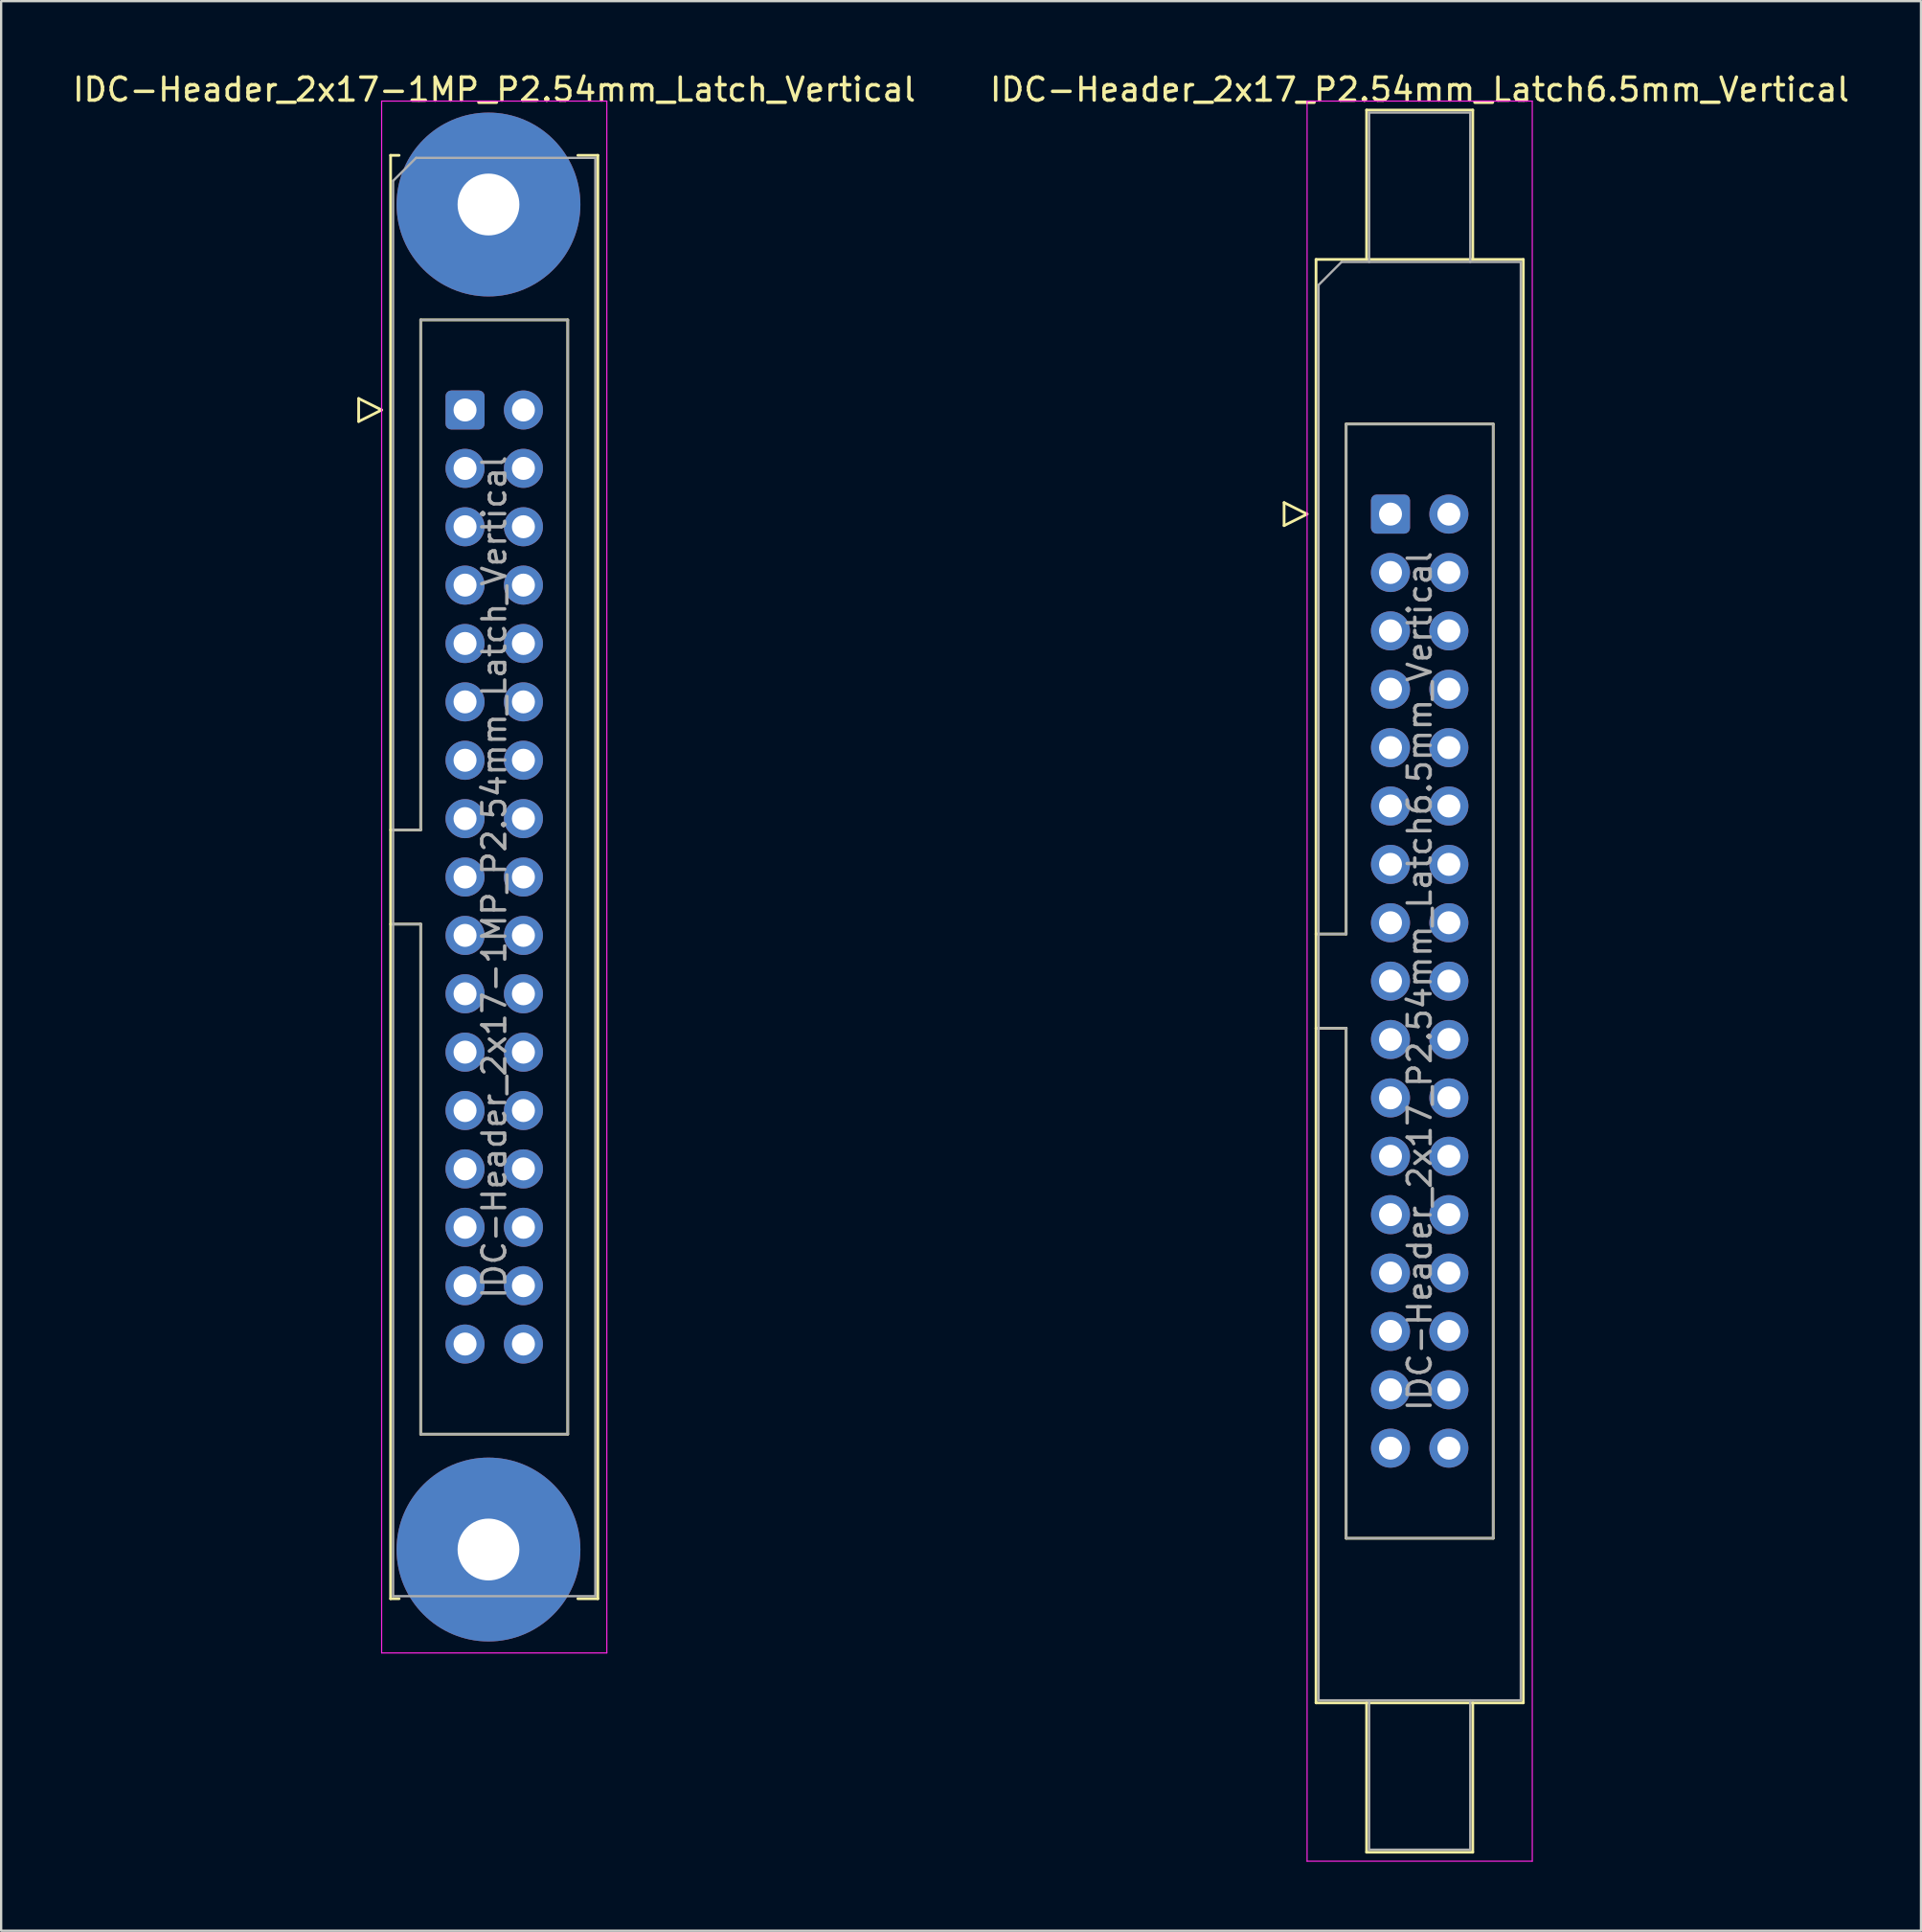
<source format=kicad_pcb>
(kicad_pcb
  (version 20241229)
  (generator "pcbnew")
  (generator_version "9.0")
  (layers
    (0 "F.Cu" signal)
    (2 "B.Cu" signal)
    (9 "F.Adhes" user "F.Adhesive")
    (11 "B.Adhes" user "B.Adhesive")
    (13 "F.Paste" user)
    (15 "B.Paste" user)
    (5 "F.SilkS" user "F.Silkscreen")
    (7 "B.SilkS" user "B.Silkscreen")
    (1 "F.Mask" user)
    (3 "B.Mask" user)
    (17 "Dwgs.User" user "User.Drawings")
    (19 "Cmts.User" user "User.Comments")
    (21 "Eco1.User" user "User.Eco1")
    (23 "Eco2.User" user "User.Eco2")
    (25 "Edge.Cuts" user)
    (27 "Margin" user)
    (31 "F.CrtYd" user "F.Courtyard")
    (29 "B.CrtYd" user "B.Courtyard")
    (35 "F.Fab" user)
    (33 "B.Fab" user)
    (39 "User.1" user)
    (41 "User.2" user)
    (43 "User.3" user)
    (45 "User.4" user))
  (footprint "IDC-Header_2x17-1MP_P2.54mm_Latch_Vertical"
    (layer "F.Cu")
    (at 17.188 14.788)
    (property "Reference" "IDC-Header_2x17-1MP_P2.54mm_Latch_Vertical" (at 1.27 -13.94 0) (layer "F.SilkS") (effects (font (size 1 1) (thickness 0.15))))
    (attr through_hole)
    (fp_line (start -4.63 -0.5) (end -4.63 0.5) (stroke (width 0.12) (type solid)) (layer "F.SilkS"))
    (fp_line (start -4.63 0.5) (end -3.63 0) (stroke (width 0.12) (type solid)) (layer "F.SilkS"))
    (fp_line (start -3.63 0) (end -4.63 -0.5) (stroke (width 0.12) (type solid)) (layer "F.SilkS"))
    (fp_line (start -3.24 -11.08) (end -3.24 51.72) (stroke (width 0.12) (type solid)) (layer "F.SilkS"))
    (fp_line (start -3.24 18.27) (end -1.93 18.27) (stroke (width 0.12) (type solid)) (layer "F.SilkS"))
    (fp_line (start -3.24 51.72) (end -2.87 51.72) (stroke (width 0.12) (type solid)) (layer "F.SilkS"))
    (fp_line (start -2.87 -11.08) (end -3.24 -11.08) (stroke (width 0.12) (type solid)) (layer "F.SilkS"))
    (fp_line (start -1.93 -3.92) (end 4.47 -3.92) (stroke (width 0.12) (type solid)) (layer "F.SilkS"))
    (fp_line (start -1.93 18.27) (end -1.93 -3.92) (stroke (width 0.12) (type solid)) (layer "F.SilkS"))
    (fp_line (start -1.93 22.37) (end -3.24 22.37) (stroke (width 0.12) (type solid)) (layer "F.SilkS"))
    (fp_line (start -1.93 22.37) (end -1.93 22.37) (stroke (width 0.12) (type solid)) (layer "F.SilkS"))
    (fp_line (start -1.93 44.56) (end -1.93 22.37) (stroke (width 0.12) (type solid)) (layer "F.SilkS"))
    (fp_line (start 4.47 -3.92) (end 4.47 44.56) (stroke (width 0.12) (type solid)) (layer "F.SilkS"))
    (fp_line (start 4.47 44.56) (end -1.93 44.56) (stroke (width 0.12) (type solid)) (layer "F.SilkS"))
    (fp_line (start 4.91 -11.08) (end 5.78 -11.08) (stroke (width 0.12) (type solid)) (layer "F.SilkS"))
    (fp_line (start 5.78 -11.08) (end 5.78 51.72) (stroke (width 0.12) (type solid)) (layer "F.SilkS"))
    (fp_line (start 5.78 51.72) (end 4.91 51.72) (stroke (width 0.12) (type solid)) (layer "F.SilkS"))
    (fp_line (start -3.63 -13.44) (end -3.63 54.08) (stroke (width 0.05) (type solid)) (layer "F.CrtYd"))
    (fp_line (start -3.63 54.08) (end 6.17 54.08) (stroke (width 0.05) (type solid)) (layer "F.CrtYd"))
    (fp_line (start 6.17 -13.44) (end -3.63 -13.44) (stroke (width 0.05) (type solid)) (layer "F.CrtYd"))
    (fp_line (start 6.17 54.08) (end 6.17 -13.44) (stroke (width 0.05) (type solid)) (layer "F.CrtYd"))
    (fp_line (start -3.13 -9.97) (end -2.13 -10.97) (stroke (width 0.1) (type solid)) (layer "F.Fab"))
    (fp_line (start -3.13 18.27) (end -1.93 18.27) (stroke (width 0.1) (type solid)) (layer "F.Fab"))
    (fp_line (start -3.13 51.61) (end -3.13 -9.97) (stroke (width 0.1) (type solid)) (layer "F.Fab"))
    (fp_line (start -2.13 -10.97) (end 5.67 -10.97) (stroke (width 0.1) (type solid)) (layer "F.Fab"))
    (fp_line (start -1.93 -3.92) (end 4.47 -3.92) (stroke (width 0.1) (type solid)) (layer "F.Fab"))
    (fp_line (start -1.93 18.27) (end -1.93 -3.92) (stroke (width 0.1) (type solid)) (layer "F.Fab"))
    (fp_line (start -1.93 22.37) (end -3.13 22.37) (stroke (width 0.1) (type solid)) (layer "F.Fab"))
    (fp_line (start -1.93 22.37) (end -1.93 22.37) (stroke (width 0.1) (type solid)) (layer "F.Fab"))
    (fp_line (start -1.93 44.56) (end -1.93 22.37) (stroke (width 0.1) (type solid)) (layer "F.Fab"))
    (fp_line (start 4.47 -3.92) (end 4.47 44.56) (stroke (width 0.1) (type solid)) (layer "F.Fab"))
    (fp_line (start 4.47 44.56) (end -1.93 44.56) (stroke (width 0.1) (type solid)) (layer "F.Fab"))
    (fp_line (start 5.67 -10.97) (end 5.67 51.61) (stroke (width 0.1) (type solid)) (layer "F.Fab"))
    (fp_line (start 5.67 51.61) (end -3.13 51.61) (stroke (width 0.1) (type solid)) (layer "F.Fab"))
    (fp_text user "${REFERENCE}" (at 1.27 20.32 90) (layer "F.Fab") (effects (font (size 1 1) (thickness 0.15))))
    (pad "1" thru_hole roundrect (at 0 0) (size 1.7 1.7) (drill 1) (layers "*.Cu" "*.Mask") (roundrect_rratio 0.147))
    (pad "2" thru_hole circle (at 2.54 0) (size 1.7 1.7) (drill 1) (layers "*.Cu" "*.Mask"))
    (pad "3" thru_hole circle (at 0 2.54) (size 1.7 1.7) (drill 1) (layers "*.Cu" "*.Mask"))
    (pad "4" thru_hole circle (at 2.54 2.54) (size 1.7 1.7) (drill 1) (layers "*.Cu" "*.Mask"))
    (pad "5" thru_hole circle (at 0 5.08) (size 1.7 1.7) (drill 1) (layers "*.Cu" "*.Mask"))
    (pad "6" thru_hole circle (at 2.54 5.08) (size 1.7 1.7) (drill 1) (layers "*.Cu" "*.Mask"))
    (pad "7" thru_hole circle (at 0 7.62) (size 1.7 1.7) (drill 1) (layers "*.Cu" "*.Mask"))
    (pad "8" thru_hole circle (at 2.54 7.62) (size 1.7 1.7) (drill 1) (layers "*.Cu" "*.Mask"))
    (pad "9" thru_hole circle (at 0 10.16) (size 1.7 1.7) (drill 1) (layers "*.Cu" "*.Mask"))
    (pad "10" thru_hole circle (at 2.54 10.16) (size 1.7 1.7) (drill 1) (layers "*.Cu" "*.Mask"))
    (pad "11" thru_hole circle (at 0 12.7) (size 1.7 1.7) (drill 1) (layers "*.Cu" "*.Mask"))
    (pad "12" thru_hole circle (at 2.54 12.7) (size 1.7 1.7) (drill 1) (layers "*.Cu" "*.Mask"))
    (pad "13" thru_hole circle (at 0 15.24) (size 1.7 1.7) (drill 1) (layers "*.Cu" "*.Mask"))
    (pad "14" thru_hole circle (at 2.54 15.24) (size 1.7 1.7) (drill 1) (layers "*.Cu" "*.Mask"))
    (pad "15" thru_hole circle (at 0 17.78) (size 1.7 1.7) (drill 1) (layers "*.Cu" "*.Mask"))
    (pad "16" thru_hole circle (at 2.54 17.78) (size 1.7 1.7) (drill 1) (layers "*.Cu" "*.Mask"))
    (pad "17" thru_hole circle (at 0 20.32) (size 1.7 1.7) (drill 1) (layers "*.Cu" "*.Mask"))
    (pad "18" thru_hole circle (at 2.54 20.32) (size 1.7 1.7) (drill 1) (layers "*.Cu" "*.Mask"))
    (pad "19" thru_hole circle (at 0 22.86) (size 1.7 1.7) (drill 1) (layers "*.Cu" "*.Mask"))
    (pad "20" thru_hole circle (at 2.54 22.86) (size 1.7 1.7) (drill 1) (layers "*.Cu" "*.Mask"))
    (pad "21" thru_hole circle (at 0 25.4) (size 1.7 1.7) (drill 1) (layers "*.Cu" "*.Mask"))
    (pad "22" thru_hole circle (at 2.54 25.4) (size 1.7 1.7) (drill 1) (layers "*.Cu" "*.Mask"))
    (pad "23" thru_hole circle (at 0 27.94) (size 1.7 1.7) (drill 1) (layers "*.Cu" "*.Mask"))
    (pad "24" thru_hole circle (at 2.54 27.94) (size 1.7 1.7) (drill 1) (layers "*.Cu" "*.Mask"))
    (pad "25" thru_hole circle (at 0 30.48) (size 1.7 1.7) (drill 1) (layers "*.Cu" "*.Mask"))
    (pad "26" thru_hole circle (at 2.54 30.48) (size 1.7 1.7) (drill 1) (layers "*.Cu" "*.Mask"))
    (pad "27" thru_hole circle (at 0 33.02) (size 1.7 1.7) (drill 1) (layers "*.Cu" "*.Mask"))
    (pad "28" thru_hole circle (at 2.54 33.02) (size 1.7 1.7) (drill 1) (layers "*.Cu" "*.Mask"))
    (pad "29" thru_hole circle (at 0 35.56) (size 1.7 1.7) (drill 1) (layers "*.Cu" "*.Mask"))
    (pad "30" thru_hole circle (at 2.54 35.56) (size 1.7 1.7) (drill 1) (layers "*.Cu" "*.Mask"))
    (pad "31" thru_hole circle (at 0 38.1) (size 1.7 1.7) (drill 1) (layers "*.Cu" "*.Mask"))
    (pad "32" thru_hole circle (at 2.54 38.1) (size 1.7 1.7) (drill 1) (layers "*.Cu" "*.Mask"))
    (pad "33" thru_hole circle (at 0 40.64) (size 1.7 1.7) (drill 1) (layers "*.Cu" "*.Mask"))
    (pad "34" thru_hole circle (at 2.54 40.64) (size 1.7 1.7) (drill 1) (layers "*.Cu" "*.Mask"))
    (pad "MP" thru_hole circle (at 1.02 -8.94) (size 8 8) (drill 2.69) (layers "*.Cu" "*.Mask"))
    (pad "MP" thru_hole circle (at 1.02 49.58) (size 8 8) (drill 2.69) (layers "*.Cu" "*.Mask")))
  (footprint "IDC-Header_2x17_P2.54mm_Latch6.5mm_Vertical"
    (layer "F.Cu")
    (at 57.462 19.318)
    (property "Reference" "IDC-Header_2x17_P2.54mm_Latch6.5mm_Vertical" (at 1.27 -18.47 0) (layer "F.SilkS") (effects (font (size 1 1) (thickness 0.15))))
    (attr through_hole)
    (fp_line (start -4.63 -0.5) (end -4.63 0.5) (stroke (width 0.12) (type solid)) (layer "F.SilkS"))
    (fp_line (start -4.63 0.5) (end -3.63 0) (stroke (width 0.12) (type solid)) (layer "F.SilkS"))
    (fp_line (start -3.63 0) (end -4.63 -0.5) (stroke (width 0.12) (type solid)) (layer "F.SilkS"))
    (fp_line (start -3.24 -11.08) (end 5.78 -11.08) (stroke (width 0.12) (type solid)) (layer "F.SilkS"))
    (fp_line (start -3.24 18.27) (end -1.93 18.27) (stroke (width 0.12) (type solid)) (layer "F.SilkS"))
    (fp_line (start -3.24 51.72) (end -3.24 -11.08) (stroke (width 0.12) (type solid)) (layer "F.SilkS"))
    (fp_line (start -1.93 -3.92) (end 4.47 -3.92) (stroke (width 0.12) (type solid)) (layer "F.SilkS"))
    (fp_line (start -1.93 18.27) (end -1.93 -3.92) (stroke (width 0.12) (type solid)) (layer "F.SilkS"))
    (fp_line (start -1.93 22.37) (end -3.24 22.37) (stroke (width 0.12) (type solid)) (layer "F.SilkS"))
    (fp_line (start -1.93 22.37) (end -1.93 22.37) (stroke (width 0.12) (type solid)) (layer "F.SilkS"))
    (fp_line (start -1.93 44.56) (end -1.93 22.37) (stroke (width 0.12) (type solid)) (layer "F.SilkS"))
    (fp_line (start -1.04 -17.58) (end 3.58 -17.58) (stroke (width 0.12) (type solid)) (layer "F.SilkS"))
    (fp_line (start -1.04 -11.08) (end -1.04 -17.58) (stroke (width 0.12) (type solid)) (layer "F.SilkS"))
    (fp_line (start -1.04 51.72) (end -1.04 58.22) (stroke (width 0.12) (type solid)) (layer "F.SilkS"))
    (fp_line (start -1.04 58.22) (end 3.58 58.22) (stroke (width 0.12) (type solid)) (layer "F.SilkS"))
    (fp_line (start 3.58 -17.58) (end 3.58 -11.08) (stroke (width 0.12) (type solid)) (layer "F.SilkS"))
    (fp_line (start 3.58 58.22) (end 3.58 51.72) (stroke (width 0.12) (type solid)) (layer "F.SilkS"))
    (fp_line (start 4.47 -3.92) (end 4.47 44.56) (stroke (width 0.12) (type solid)) (layer "F.SilkS"))
    (fp_line (start 4.47 44.56) (end -1.93 44.56) (stroke (width 0.12) (type solid)) (layer "F.SilkS"))
    (fp_line (start 5.78 -11.08) (end 5.78 51.72) (stroke (width 0.12) (type solid)) (layer "F.SilkS"))
    (fp_line (start 5.78 51.72) (end -3.24 51.72) (stroke (width 0.12) (type solid)) (layer "F.SilkS"))
    (fp_line (start -3.63 -17.97) (end -3.63 58.61) (stroke (width 0.05) (type solid)) (layer "F.CrtYd"))
    (fp_line (start -3.63 58.61) (end 6.17 58.61) (stroke (width 0.05) (type solid)) (layer "F.CrtYd"))
    (fp_line (start 6.17 -17.97) (end -3.63 -17.97) (stroke (width 0.05) (type solid)) (layer "F.CrtYd"))
    (fp_line (start 6.17 58.61) (end 6.17 -17.97) (stroke (width 0.05) (type solid)) (layer "F.CrtYd"))
    (fp_line (start -3.13 -9.97) (end -2.13 -10.97) (stroke (width 0.1) (type solid)) (layer "F.Fab"))
    (fp_line (start -3.13 18.27) (end -1.93 18.27) (stroke (width 0.1) (type solid)) (layer "F.Fab"))
    (fp_line (start -3.13 51.61) (end -3.13 -9.97) (stroke (width 0.1) (type solid)) (layer "F.Fab"))
    (fp_line (start -2.13 -10.97) (end 5.67 -10.97) (stroke (width 0.1) (type solid)) (layer "F.Fab"))
    (fp_line (start -1.93 -3.92) (end 4.47 -3.92) (stroke (width 0.1) (type solid)) (layer "F.Fab"))
    (fp_line (start -1.93 18.27) (end -1.93 -3.92) (stroke (width 0.1) (type solid)) (layer "F.Fab"))
    (fp_line (start -1.93 22.37) (end -3.13 22.37) (stroke (width 0.1) (type solid)) (layer "F.Fab"))
    (fp_line (start -1.93 22.37) (end -1.93 22.37) (stroke (width 0.1) (type solid)) (layer "F.Fab"))
    (fp_line (start -1.93 44.56) (end -1.93 22.37) (stroke (width 0.1) (type solid)) (layer "F.Fab"))
    (fp_line (start -0.93 -17.47) (end 3.47 -17.47) (stroke (width 0.1) (type solid)) (layer "F.Fab"))
    (fp_line (start -0.93 -10.97) (end -0.93 -17.47) (stroke (width 0.1) (type solid)) (layer "F.Fab"))
    (fp_line (start -0.93 51.61) (end -0.93 58.11) (stroke (width 0.1) (type solid)) (layer "F.Fab"))
    (fp_line (start -0.93 58.11) (end 3.47 58.11) (stroke (width 0.1) (type solid)) (layer "F.Fab"))
    (fp_line (start 3.47 -17.47) (end 3.47 -10.97) (stroke (width 0.1) (type solid)) (layer "F.Fab"))
    (fp_line (start 3.47 58.11) (end 3.47 51.61) (stroke (width 0.1) (type solid)) (layer "F.Fab"))
    (fp_line (start 4.47 -3.92) (end 4.47 44.56) (stroke (width 0.1) (type solid)) (layer "F.Fab"))
    (fp_line (start 4.47 44.56) (end -1.93 44.56) (stroke (width 0.1) (type solid)) (layer "F.Fab"))
    (fp_line (start 5.67 -10.97) (end 5.67 51.61) (stroke (width 0.1) (type solid)) (layer "F.Fab"))
    (fp_line (start 5.67 51.61) (end -3.13 51.61) (stroke (width 0.1) (type solid)) (layer "F.Fab"))
    (fp_text user "${REFERENCE}" (at 1.27 20.32 90) (layer "F.Fab") (effects (font (size 1 1) (thickness 0.15))))
    (pad "1" thru_hole roundrect (at 0 0) (size 1.7 1.7) (drill 1) (layers "*.Cu" "*.Mask") (roundrect_rratio 0.147))
    (pad "2" thru_hole circle (at 2.54 0) (size 1.7 1.7) (drill 1) (layers "*.Cu" "*.Mask"))
    (pad "3" thru_hole circle (at 0 2.54) (size 1.7 1.7) (drill 1) (layers "*.Cu" "*.Mask"))
    (pad "4" thru_hole circle (at 2.54 2.54) (size 1.7 1.7) (drill 1) (layers "*.Cu" "*.Mask"))
    (pad "5" thru_hole circle (at 0 5.08) (size 1.7 1.7) (drill 1) (layers "*.Cu" "*.Mask"))
    (pad "6" thru_hole circle (at 2.54 5.08) (size 1.7 1.7) (drill 1) (layers "*.Cu" "*.Mask"))
    (pad "7" thru_hole circle (at 0 7.62) (size 1.7 1.7) (drill 1) (layers "*.Cu" "*.Mask"))
    (pad "8" thru_hole circle (at 2.54 7.62) (size 1.7 1.7) (drill 1) (layers "*.Cu" "*.Mask"))
    (pad "9" thru_hole circle (at 0 10.16) (size 1.7 1.7) (drill 1) (layers "*.Cu" "*.Mask"))
    (pad "10" thru_hole circle (at 2.54 10.16) (size 1.7 1.7) (drill 1) (layers "*.Cu" "*.Mask"))
    (pad "11" thru_hole circle (at 0 12.7) (size 1.7 1.7) (drill 1) (layers "*.Cu" "*.Mask"))
    (pad "12" thru_hole circle (at 2.54 12.7) (size 1.7 1.7) (drill 1) (layers "*.Cu" "*.Mask"))
    (pad "13" thru_hole circle (at 0 15.24) (size 1.7 1.7) (drill 1) (layers "*.Cu" "*.Mask"))
    (pad "14" thru_hole circle (at 2.54 15.24) (size 1.7 1.7) (drill 1) (layers "*.Cu" "*.Mask"))
    (pad "15" thru_hole circle (at 0 17.78) (size 1.7 1.7) (drill 1) (layers "*.Cu" "*.Mask"))
    (pad "16" thru_hole circle (at 2.54 17.78) (size 1.7 1.7) (drill 1) (layers "*.Cu" "*.Mask"))
    (pad "17" thru_hole circle (at 0 20.32) (size 1.7 1.7) (drill 1) (layers "*.Cu" "*.Mask"))
    (pad "18" thru_hole circle (at 2.54 20.32) (size 1.7 1.7) (drill 1) (layers "*.Cu" "*.Mask"))
    (pad "19" thru_hole circle (at 0 22.86) (size 1.7 1.7) (drill 1) (layers "*.Cu" "*.Mask"))
    (pad "20" thru_hole circle (at 2.54 22.86) (size 1.7 1.7) (drill 1) (layers "*.Cu" "*.Mask"))
    (pad "21" thru_hole circle (at 0 25.4) (size 1.7 1.7) (drill 1) (layers "*.Cu" "*.Mask"))
    (pad "22" thru_hole circle (at 2.54 25.4) (size 1.7 1.7) (drill 1) (layers "*.Cu" "*.Mask"))
    (pad "23" thru_hole circle (at 0 27.94) (size 1.7 1.7) (drill 1) (layers "*.Cu" "*.Mask"))
    (pad "24" thru_hole circle (at 2.54 27.94) (size 1.7 1.7) (drill 1) (layers "*.Cu" "*.Mask"))
    (pad "25" thru_hole circle (at 0 30.48) (size 1.7 1.7) (drill 1) (layers "*.Cu" "*.Mask"))
    (pad "26" thru_hole circle (at 2.54 30.48) (size 1.7 1.7) (drill 1) (layers "*.Cu" "*.Mask"))
    (pad "27" thru_hole circle (at 0 33.02) (size 1.7 1.7) (drill 1) (layers "*.Cu" "*.Mask"))
    (pad "28" thru_hole circle (at 2.54 33.02) (size 1.7 1.7) (drill 1) (layers "*.Cu" "*.Mask"))
    (pad "29" thru_hole circle (at 0 35.56) (size 1.7 1.7) (drill 1) (layers "*.Cu" "*.Mask"))
    (pad "30" thru_hole circle (at 2.54 35.56) (size 1.7 1.7) (drill 1) (layers "*.Cu" "*.Mask"))
    (pad "31" thru_hole circle (at 0 38.1) (size 1.7 1.7) (drill 1) (layers "*.Cu" "*.Mask"))
    (pad "32" thru_hole circle (at 2.54 38.1) (size 1.7 1.7) (drill 1) (layers "*.Cu" "*.Mask"))
    (pad "33" thru_hole circle (at 0 40.64) (size 1.7 1.7) (drill 1) (layers "*.Cu" "*.Mask"))
    (pad "34" thru_hole circle (at 2.54 40.64) (size 1.7 1.7) (drill 1) (layers "*.Cu" "*.Mask")))
  (gr_rect
    (start -3 -3)
    (end 80.548 80.953)
    (stroke (width 0.1) (type default))
    (fill no)
    (layer "Edge.Cuts")))
</source>
